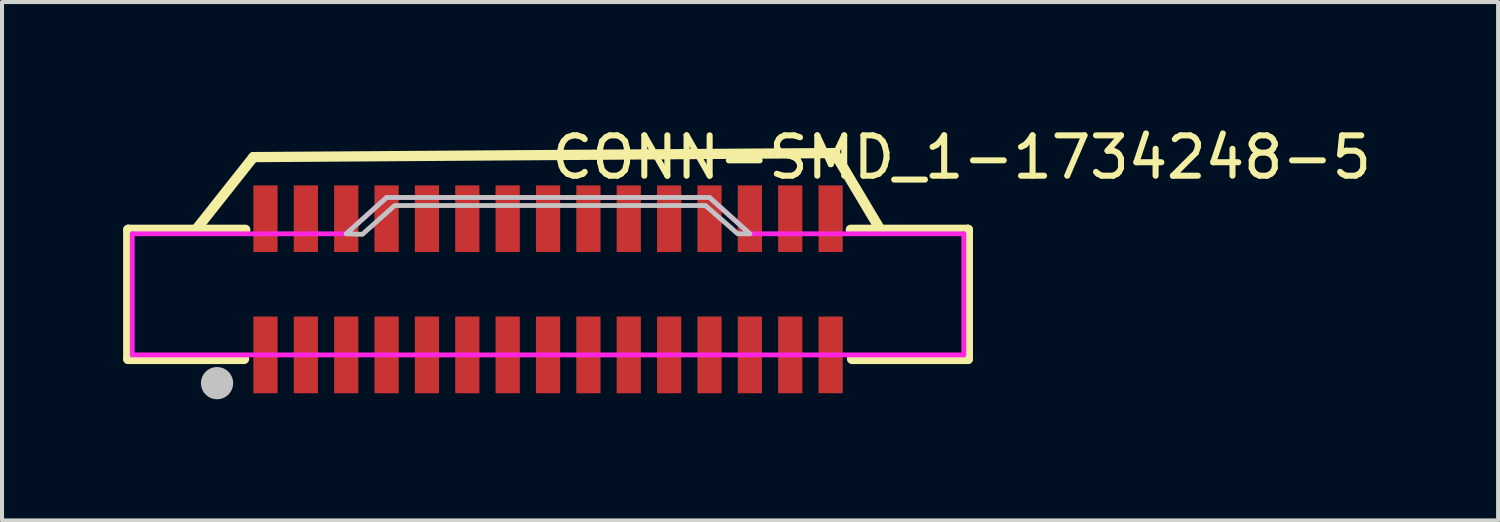
<source format=kicad_pcb>
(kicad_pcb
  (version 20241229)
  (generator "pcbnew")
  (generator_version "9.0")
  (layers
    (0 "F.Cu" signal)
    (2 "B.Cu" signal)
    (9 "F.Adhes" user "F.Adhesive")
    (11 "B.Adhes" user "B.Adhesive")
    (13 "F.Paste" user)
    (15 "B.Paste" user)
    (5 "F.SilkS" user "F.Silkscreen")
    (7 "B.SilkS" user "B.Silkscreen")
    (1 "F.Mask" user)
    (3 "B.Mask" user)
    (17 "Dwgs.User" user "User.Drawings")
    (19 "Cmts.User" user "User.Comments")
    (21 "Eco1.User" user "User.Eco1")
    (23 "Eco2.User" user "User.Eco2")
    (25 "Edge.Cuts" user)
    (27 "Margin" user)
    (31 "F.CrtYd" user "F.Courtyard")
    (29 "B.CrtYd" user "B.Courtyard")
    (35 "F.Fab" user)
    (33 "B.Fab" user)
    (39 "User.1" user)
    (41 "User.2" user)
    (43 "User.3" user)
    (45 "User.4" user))
  (footprint "CONN-SMD_1-1734248-5"
    (layer "F.Cu")
    (at 10.527 4.055)
    (property "Reference" "CONN-SMD_1-1734248-5" (at 0 -3.207 0) (layer "F.SilkS") (effects (font (size 1 1) (thickness 0.15)) (justify left)))
    (attr through_hole)
    (fp_line (start -10.4 -1.413) (end -10.4 1.787) (stroke (width 0.254) (type solid)) (layer "F.SilkS"))
    (fp_line (start -10.4 -1.413) (end -7.5 -1.413) (stroke (width 0.254) (type solid)) (layer "F.SilkS"))
    (fp_line (start -10.4 1.787) (end -7.531 1.787) (stroke (width 0.254) (type solid)) (layer "F.SilkS"))
    (fp_line (start -8.725 -1.413) (end -7.3 -3.213) (stroke (width 0.254) (type solid)) (layer "F.SilkS"))
    (fp_line (start -7.3 -3.213) (end 7.1 -3.313) (stroke (width 0.254) (type solid)) (layer "F.SilkS"))
    (fp_line (start 7.1 -3.313) (end 8.234 -1.413) (stroke (width 0.254) (type solid)) (layer "F.SilkS"))
    (fp_line (start 7.531 1.787) (end 10.4 1.787) (stroke (width 0.254) (type solid)) (layer "F.SilkS"))
    (fp_line (start 10.4 -1.413) (end 7.5 -1.413) (stroke (width 0.254) (type solid)) (layer "F.SilkS"))
    (fp_line (start 10.4 1.787) (end 10.4 -1.413) (stroke (width 0.254) (type solid)) (layer "F.SilkS"))
    (fp_circle (center -8.2 2.387) (end -8 2.387) (stroke (width 0.4) (type solid)) (fill no) (layer "Dwgs.User"))
    (fp_poly (pts (xy -5 -1.313) (xy -4 -2.213) (xy 4 -2.213) (xy 5 -1.313) (xy 4.7 -1.313) (xy 3.9 -2.013) (xy -3.8 -2.013) (xy -4.6 -1.3)) (stroke (width 0.12) (type solid)) (fill no) (layer "Dwgs.User"))
    (fp_circle (center -10.3 2.488) (end -10.27 2.488) (stroke (width 0.06) (type solid)) (fill no) (layer "Eco2.User"))
    (fp_poly (pts (xy -6.875 -0.962) (xy -7.125 -0.962) (xy -7.125 -2.212) (xy -6.875 -2.212)) (stroke (width 0.12) (type solid)) (fill no) (layer "Eco2.User"))
    (fp_poly (pts (xy -6.875 2.488) (xy -7.125 2.488) (xy -7.125 1.038) (xy -6.875 1.038)) (stroke (width 0.12) (type solid)) (fill no) (layer "Eco2.User"))
    (fp_poly (pts (xy -5.875 -0.962) (xy -6.125 -0.962) (xy -6.125 -2.212) (xy -5.875 -2.212)) (stroke (width 0.12) (type solid)) (fill no) (layer "Eco2.User"))
    (fp_poly (pts (xy -5.875 2.488) (xy -6.125 2.488) (xy -6.125 1.038) (xy -5.875 1.038)) (stroke (width 0.12) (type solid)) (fill no) (layer "Eco2.User"))
    (fp_poly (pts (xy -4.875 -0.962) (xy -5.125 -0.962) (xy -5.125 -2.212) (xy -4.875 -2.212)) (stroke (width 0.12) (type solid)) (fill no) (layer "Eco2.User"))
    (fp_poly (pts (xy -4.875 2.488) (xy -5.125 2.488) (xy -5.125 1.038) (xy -4.875 1.038)) (stroke (width 0.12) (type solid)) (fill no) (layer "Eco2.User"))
    (fp_poly (pts (xy -3.875 -0.962) (xy -4.125 -0.962) (xy -4.125 -2.212) (xy -3.875 -2.212)) (stroke (width 0.12) (type solid)) (fill no) (layer "Eco2.User"))
    (fp_poly (pts (xy -3.875 2.488) (xy -4.125 2.488) (xy -4.125 1.038) (xy -3.875 1.038)) (stroke (width 0.12) (type solid)) (fill no) (layer "Eco2.User"))
    (fp_poly (pts (xy -2.875 -0.962) (xy -3.125 -0.962) (xy -3.125 -2.212) (xy -2.875 -2.212)) (stroke (width 0.12) (type solid)) (fill no) (layer "Eco2.User"))
    (fp_poly (pts (xy -2.875 2.488) (xy -3.125 2.488) (xy -3.125 1.038) (xy -2.875 1.038)) (stroke (width 0.12) (type solid)) (fill no) (layer "Eco2.User"))
    (fp_poly (pts (xy -1.875 -0.962) (xy -2.125 -0.962) (xy -2.125 -2.212) (xy -1.875 -2.212)) (stroke (width 0.12) (type solid)) (fill no) (layer "Eco2.User"))
    (fp_poly (pts (xy -1.875 2.488) (xy -2.125 2.488) (xy -2.125 1.038) (xy -1.875 1.038)) (stroke (width 0.12) (type solid)) (fill no) (layer "Eco2.User"))
    (fp_poly (pts (xy -0.875 -0.962) (xy -1.125 -0.962) (xy -1.125 -2.212) (xy -0.875 -2.212)) (stroke (width 0.12) (type solid)) (fill no) (layer "Eco2.User"))
    (fp_poly (pts (xy -0.875 2.488) (xy -1.125 2.488) (xy -1.125 1.038) (xy -0.875 1.038)) (stroke (width 0.12) (type solid)) (fill no) (layer "Eco2.User"))
    (fp_poly (pts (xy 0.125 -0.962) (xy -0.125 -0.962) (xy -0.125 -2.212) (xy 0.125 -2.212)) (stroke (width 0.12) (type solid)) (fill no) (layer "Eco2.User"))
    (fp_poly (pts (xy 0.125 2.488) (xy -0.125 2.488) (xy -0.125 1.038) (xy 0.125 1.038)) (stroke (width 0.12) (type solid)) (fill no) (layer "Eco2.User"))
    (fp_poly (pts (xy 1.125 -0.962) (xy 0.875 -0.962) (xy 0.875 -2.212) (xy 1.125 -2.212)) (stroke (width 0.12) (type solid)) (fill no) (layer "Eco2.User"))
    (fp_poly (pts (xy 1.125 2.488) (xy 0.875 2.488) (xy 0.875 1.038) (xy 1.125 1.038)) (stroke (width 0.12) (type solid)) (fill no) (layer "Eco2.User"))
    (fp_poly (pts (xy 2.125 -0.962) (xy 1.875 -0.962) (xy 1.875 -2.212) (xy 2.125 -2.212)) (stroke (width 0.12) (type solid)) (fill no) (layer "Eco2.User"))
    (fp_poly (pts (xy 2.125 2.488) (xy 1.875 2.488) (xy 1.875 1.038) (xy 2.125 1.038)) (stroke (width 0.12) (type solid)) (fill no) (layer "Eco2.User"))
    (fp_poly (pts (xy 3.125 -0.962) (xy 2.875 -0.962) (xy 2.875 -2.212) (xy 3.125 -2.212)) (stroke (width 0.12) (type solid)) (fill no) (layer "Eco2.User"))
    (fp_poly (pts (xy 3.125 2.488) (xy 2.875 2.488) (xy 2.875 1.038) (xy 3.125 1.038)) (stroke (width 0.12) (type solid)) (fill no) (layer "Eco2.User"))
    (fp_poly (pts (xy 4.125 -0.962) (xy 3.875 -0.962) (xy 3.875 -2.212) (xy 4.125 -2.212)) (stroke (width 0.12) (type solid)) (fill no) (layer "Eco2.User"))
    (fp_poly (pts (xy 4.125 2.488) (xy 3.875 2.488) (xy 3.875 1.038) (xy 4.125 1.038)) (stroke (width 0.12) (type solid)) (fill no) (layer "Eco2.User"))
    (fp_poly (pts (xy 5.125 -0.962) (xy 4.875 -0.962) (xy 4.875 -2.212) (xy 5.125 -2.212)) (stroke (width 0.12) (type solid)) (fill no) (layer "Eco2.User"))
    (fp_poly (pts (xy 5.125 2.488) (xy 4.875 2.488) (xy 4.875 1.038) (xy 5.125 1.038)) (stroke (width 0.12) (type solid)) (fill no) (layer "Eco2.User"))
    (fp_poly (pts (xy 6.125 -0.962) (xy 5.875 -0.962) (xy 5.875 -2.212) (xy 6.125 -2.212)) (stroke (width 0.12) (type solid)) (fill no) (layer "Eco2.User"))
    (fp_poly (pts (xy 6.125 2.488) (xy 5.875 2.488) (xy 5.875 1.038) (xy 6.125 1.038)) (stroke (width 0.12) (type solid)) (fill no) (layer "Eco2.User"))
    (fp_poly (pts (xy 7.125 -0.863) (xy 6.875 -0.863) (xy 6.875 -2.113) (xy 7.125 -2.113)) (stroke (width 0.12) (type solid)) (fill no) (layer "Eco2.User"))
    (fp_poly (pts (xy 7.125 2.487) (xy 6.875 2.487) (xy 6.875 1.038) (xy 7.125 1.038)) (stroke (width 0.12) (type solid)) (fill no) (layer "Eco2.User"))
    (fp_line (start -10.3 -1.313) (end -5 -1.313) (stroke (width 0.12) (type solid)) (layer "F.CrtYd"))
    (fp_line (start -10.3 1.687) (end -10.3 -1.313) (stroke (width 0.12) (type solid)) (layer "F.CrtYd"))
    (fp_line (start -5 -1.313) (end -4 -2.213) (stroke (width 0.12) (type solid)) (layer "F.CrtYd"))
    (fp_line (start -4 -2.213) (end -1 -2.213) (stroke (width 0.12) (type solid)) (layer "F.CrtYd"))
    (fp_line (start -1 -2.213) (end 4 -2.213) (stroke (width 0.12) (type solid)) (layer "F.CrtYd"))
    (fp_line (start 4 -2.213) (end 5 -1.313) (stroke (width 0.12) (type solid)) (layer "F.CrtYd"))
    (fp_line (start 5 -1.313) (end 10.3 -1.313) (stroke (width 0.12) (type solid)) (layer "F.CrtYd"))
    (fp_line (start 10.3 -1.313) (end 10.3 1.687) (stroke (width 0.12) (type solid)) (layer "F.CrtYd"))
    (fp_line (start 10.3 1.687) (end -10.3 1.687) (stroke (width 0.12) (type solid)) (layer "F.CrtYd"))
    (pad "1" smd rect (at -7 1.687 180) (size 0.6 1.9) (layers "F.Cu" "F.Mask" "F.Paste"))
    (pad "2" smd rect (at -7 -1.687 180) (size 0.6 1.65) (layers "F.Cu" "F.Mask" "F.Paste"))
    (pad "3" smd rect (at -6 1.687 180) (size 0.6 1.9) (layers "F.Cu" "F.Mask" "F.Paste"))
    (pad "4" smd rect (at -6 -1.687 180) (size 0.6 1.65) (layers "F.Cu" "F.Mask" "F.Paste"))
    (pad "5" smd rect (at -5 1.687 180) (size 0.6 1.9) (layers "F.Cu" "F.Mask" "F.Paste"))
    (pad "6" smd rect (at -5 -1.687 180) (size 0.6 1.65) (layers "F.Cu" "F.Mask" "F.Paste"))
    (pad "7" smd rect (at -4 1.687 180) (size 0.6 1.9) (layers "F.Cu" "F.Mask" "F.Paste"))
    (pad "8" smd rect (at -4 -1.687 180) (size 0.6 1.65) (layers "F.Cu" "F.Mask" "F.Paste"))
    (pad "9" smd rect (at -3 1.687 180) (size 0.6 1.9) (layers "F.Cu" "F.Mask" "F.Paste"))
    (pad "10" smd rect (at -3 -1.687 180) (size 0.6 1.65) (layers "F.Cu" "F.Mask" "F.Paste"))
    (pad "11" smd rect (at -2 1.687 180) (size 0.6 1.9) (layers "F.Cu" "F.Mask" "F.Paste"))
    (pad "12" smd rect (at -2 -1.687 180) (size 0.6 1.65) (layers "F.Cu" "F.Mask" "F.Paste"))
    (pad "13" smd rect (at -1 1.687 180) (size 0.6 1.9) (layers "F.Cu" "F.Mask" "F.Paste"))
    (pad "14" smd rect (at -1 -1.687 180) (size 0.6 1.65) (layers "F.Cu" "F.Mask" "F.Paste"))
    (pad "15" smd rect (at 0 1.687 180) (size 0.6 1.9) (layers "F.Cu" "F.Mask" "F.Paste"))
    (pad "16" smd rect (at 0 -1.687 180) (size 0.6 1.65) (layers "F.Cu" "F.Mask" "F.Paste"))
    (pad "17" smd rect (at 1 1.687 180) (size 0.6 1.9) (layers "F.Cu" "F.Mask" "F.Paste"))
    (pad "18" smd rect (at 1 -1.687 180) (size 0.6 1.65) (layers "F.Cu" "F.Mask" "F.Paste"))
    (pad "19" smd rect (at 2 1.687 180) (size 0.6 1.9) (layers "F.Cu" "F.Mask" "F.Paste"))
    (pad "20" smd rect (at 2 -1.687 180) (size 0.6 1.65) (layers "F.Cu" "F.Mask" "F.Paste"))
    (pad "21" smd rect (at 3 1.687 180) (size 0.6 1.9) (layers "F.Cu" "F.Mask" "F.Paste"))
    (pad "22" smd rect (at 3 -1.687 180) (size 0.6 1.65) (layers "F.Cu" "F.Mask" "F.Paste"))
    (pad "23" smd rect (at 4 1.687 180) (size 0.6 1.9) (layers "F.Cu" "F.Mask" "F.Paste"))
    (pad "24" smd rect (at 4 -1.687 180) (size 0.6 1.65) (layers "F.Cu" "F.Mask" "F.Paste"))
    (pad "25" smd rect (at 5 1.687 180) (size 0.6 1.9) (layers "F.Cu" "F.Mask" "F.Paste"))
    (pad "26" smd rect (at 5 -1.687 180) (size 0.6 1.65) (layers "F.Cu" "F.Mask" "F.Paste"))
    (pad "27" smd rect (at 6 1.687 180) (size 0.6 1.9) (layers "F.Cu" "F.Mask" "F.Paste"))
    (pad "28" smd rect (at 6 -1.687 180) (size 0.6 1.65) (layers "F.Cu" "F.Mask" "F.Paste"))
    (pad "29" smd rect (at 7 1.687 180) (size 0.6 1.9) (layers "F.Cu" "F.Mask" "F.Paste"))
    (pad "30" smd rect (at 7 -1.687 180) (size 0.6 1.65) (layers "F.Cu" "F.Mask" "F.Paste")))
  (gr_rect
    (start -3 -3)
    (end 34.063 9.842)
    (stroke (width 0.1) (type default))
    (fill no)
    (layer "Edge.Cuts")))
</source>
